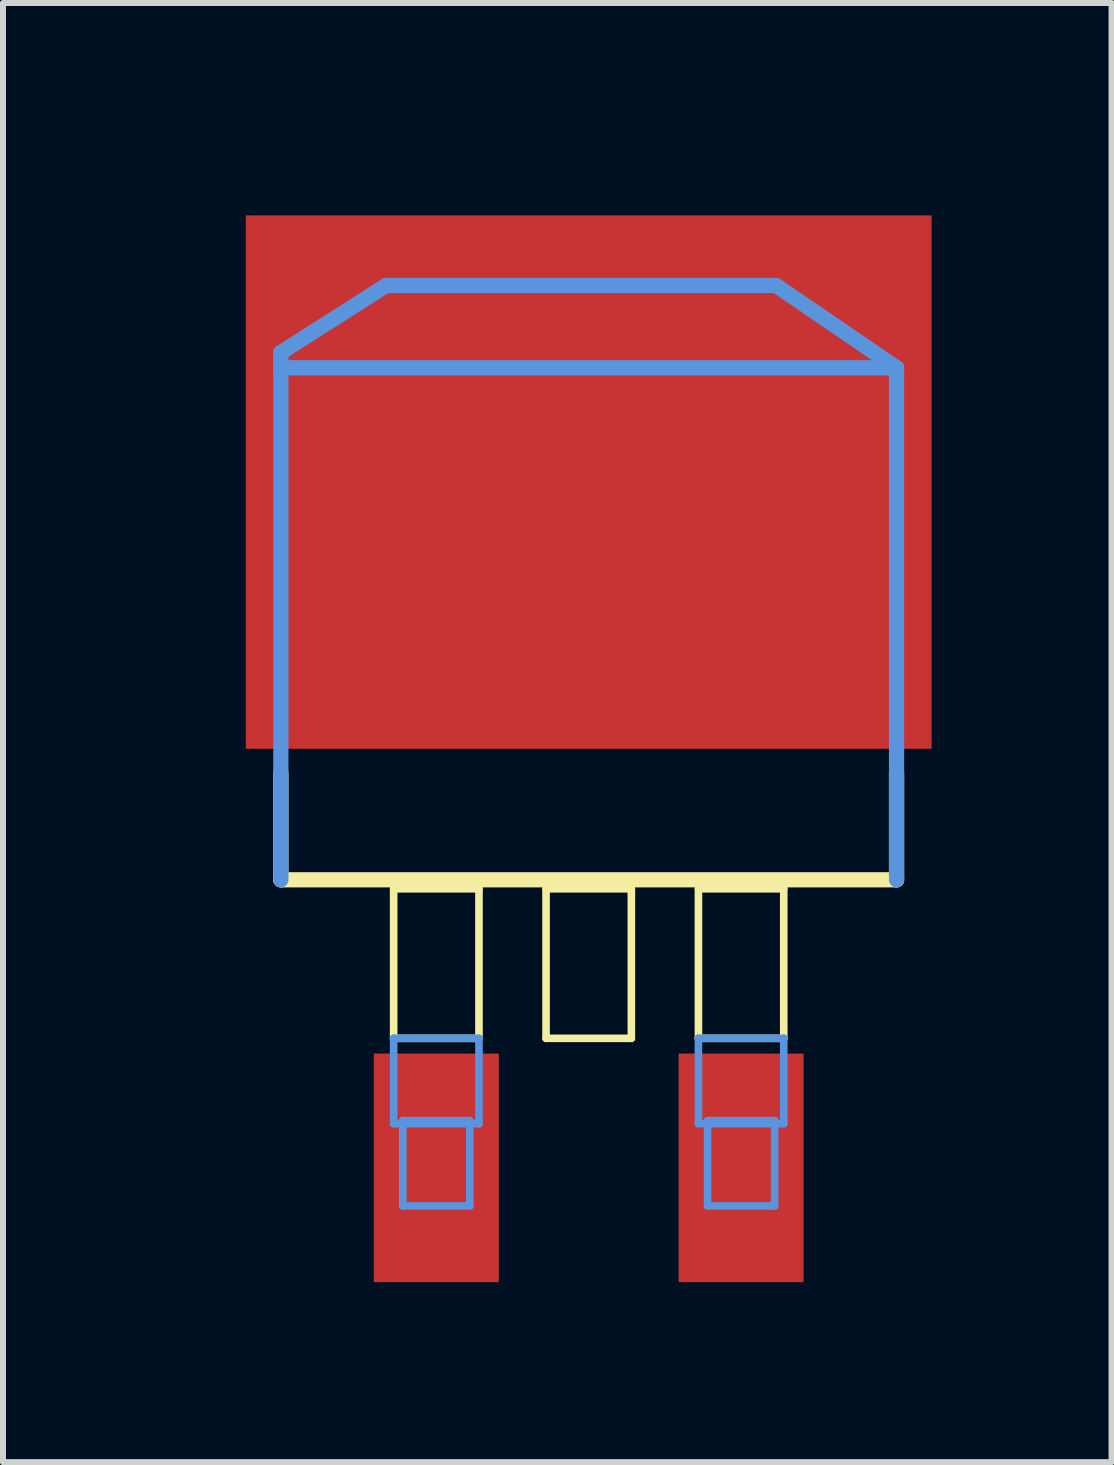
<source format=kicad_pcb>
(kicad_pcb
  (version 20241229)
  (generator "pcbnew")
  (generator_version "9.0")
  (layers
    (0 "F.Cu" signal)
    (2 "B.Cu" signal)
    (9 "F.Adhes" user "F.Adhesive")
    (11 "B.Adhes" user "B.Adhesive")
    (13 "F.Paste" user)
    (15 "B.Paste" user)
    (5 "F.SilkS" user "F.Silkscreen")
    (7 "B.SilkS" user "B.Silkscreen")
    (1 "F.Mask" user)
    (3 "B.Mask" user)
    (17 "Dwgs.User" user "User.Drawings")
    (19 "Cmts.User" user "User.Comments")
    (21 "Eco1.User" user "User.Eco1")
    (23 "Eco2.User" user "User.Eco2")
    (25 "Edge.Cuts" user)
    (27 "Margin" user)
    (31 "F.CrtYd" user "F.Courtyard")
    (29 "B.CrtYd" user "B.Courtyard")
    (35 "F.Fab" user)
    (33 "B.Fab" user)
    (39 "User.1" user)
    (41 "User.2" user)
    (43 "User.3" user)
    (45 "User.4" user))
  (footprint "D2PACK"
    (layer "F.Cu")
    (at 6.762 7.525)
    (property "Reference" "D2PACK" (at -3.048 -6.604 0) (layer "Eco1.User") (effects (font (size 1.27 1.27) (thickness 0.102))))
    (attr through_hole)
    (fp_line (start -5.131 4.089) (end -5.131 2.311) (stroke (width 0.254) (type solid)) (layer "F.SilkS"))
    (fp_line (start -5.131 4.089) (end 5.131 4.089) (stroke (width 0.254) (type solid)) (layer "F.SilkS"))
    (fp_line (start -3.251 4.239) (end -3.251 6.731) (stroke (width 0.127) (type solid)) (layer "F.SilkS"))
    (fp_line (start -3.251 6.731) (end -1.829 6.731) (stroke (width 0.127) (type solid)) (layer "F.SilkS"))
    (fp_line (start -1.829 4.239) (end -3.251 4.239) (stroke (width 0.127) (type solid)) (layer "F.SilkS"))
    (fp_line (start -1.829 6.731) (end -1.829 4.239) (stroke (width 0.127) (type solid)) (layer "F.SilkS"))
    (fp_line (start -0.711 4.239) (end -0.711 6.731) (stroke (width 0.127) (type solid)) (layer "F.SilkS"))
    (fp_line (start -0.711 6.731) (end 0.711 6.731) (stroke (width 0.127) (type solid)) (layer "F.SilkS"))
    (fp_line (start 0.711 4.239) (end -0.711 4.239) (stroke (width 0.127) (type solid)) (layer "F.SilkS"))
    (fp_line (start 0.711 6.731) (end 0.711 4.239) (stroke (width 0.127) (type solid)) (layer "F.SilkS"))
    (fp_line (start 1.829 4.239) (end 1.829 6.731) (stroke (width 0.127) (type solid)) (layer "F.SilkS"))
    (fp_line (start 1.829 6.731) (end 3.251 6.731) (stroke (width 0.127) (type solid)) (layer "F.SilkS"))
    (fp_line (start 3.251 4.239) (end 1.829 4.239) (stroke (width 0.127) (type solid)) (layer "F.SilkS"))
    (fp_line (start 3.251 6.731) (end 3.251 4.239) (stroke (width 0.127) (type solid)) (layer "F.SilkS"))
    (fp_line (start 5.131 4.089) (end 5.131 2.311) (stroke (width 0.254) (type solid)) (layer "F.SilkS"))
    (fp_line (start -5.131 -4.699) (end -5.131 -4.445) (stroke (width 0.254) (type solid)) (layer "Cmts.User"))
    (fp_line (start -5.131 -4.445) (end -5.131 4.089) (stroke (width 0.254) (type solid)) (layer "Cmts.User"))
    (fp_line (start -5.131 -4.445) (end 5.131 -4.445) (stroke (width 0.254) (type solid)) (layer "Cmts.User"))
    (fp_line (start -3.378 -5.817) (end -5.131 -4.699) (stroke (width 0.254) (type solid)) (layer "Cmts.User"))
    (fp_line (start -3.251 6.731) (end -3.251 8.153) (stroke (width 0.127) (type solid)) (layer "Cmts.User"))
    (fp_line (start -3.251 8.153) (end -1.829 8.153) (stroke (width 0.127) (type solid)) (layer "Cmts.User"))
    (fp_line (start -3.099 8.103) (end -3.099 9.525) (stroke (width 0.127) (type solid)) (layer "Cmts.User"))
    (fp_line (start -3.099 9.525) (end -1.981 9.525) (stroke (width 0.127) (type solid)) (layer "Cmts.User"))
    (fp_line (start -1.981 8.103) (end -3.099 8.103) (stroke (width 0.127) (type solid)) (layer "Cmts.User"))
    (fp_line (start -1.981 9.525) (end -1.981 8.103) (stroke (width 0.127) (type solid)) (layer "Cmts.User"))
    (fp_line (start -1.829 6.731) (end -3.251 6.731) (stroke (width 0.127) (type solid)) (layer "Cmts.User"))
    (fp_line (start -1.829 8.153) (end -1.829 6.731) (stroke (width 0.127) (type solid)) (layer "Cmts.User"))
    (fp_line (start 1.829 6.731) (end 1.829 8.153) (stroke (width 0.127) (type solid)) (layer "Cmts.User"))
    (fp_line (start 1.829 8.153) (end 3.251 8.153) (stroke (width 0.127) (type solid)) (layer "Cmts.User"))
    (fp_line (start 1.981 8.103) (end 1.981 9.525) (stroke (width 0.127) (type solid)) (layer "Cmts.User"))
    (fp_line (start 1.981 9.525) (end 3.099 9.525) (stroke (width 0.127) (type solid)) (layer "Cmts.User"))
    (fp_line (start 3.099 8.103) (end 1.981 8.103) (stroke (width 0.127) (type solid)) (layer "Cmts.User"))
    (fp_line (start 3.099 9.525) (end 3.099 8.103) (stroke (width 0.127) (type solid)) (layer "Cmts.User"))
    (fp_line (start 3.124 -5.817) (end -3.378 -5.817) (stroke (width 0.254) (type solid)) (layer "Cmts.User"))
    (fp_line (start 3.251 6.731) (end 1.829 6.731) (stroke (width 0.127) (type solid)) (layer "Cmts.User"))
    (fp_line (start 3.251 8.153) (end 3.251 6.731) (stroke (width 0.127) (type solid)) (layer "Cmts.User"))
    (fp_line (start 5.131 -4.445) (end 3.124 -5.817) (stroke (width 0.254) (type solid)) (layer "Cmts.User"))
    (fp_line (start 5.131 4.089) (end 5.131 -4.445) (stroke (width 0.254) (type solid)) (layer "Cmts.User"))
    (pad "D" smd rect (at 2.54 8.89) (size 2.083 3.81) (layers "F.Cu" "F.Mask" "F.Paste"))
    (pad "G" smd rect (at -2.54 8.89) (size 2.083 3.81) (layers "F.Cu" "F.Mask" "F.Paste"))
    (pad "S" smd rect (at 0 -2.54) (size 11.43 8.89) (layers "F.Cu" "F.Mask" "F.Paste")))
  (gr_rect
    (start -3 -3)
    (end 15.477 21.32)
    (stroke (width 0.1) (type default))
    (fill no)
    (layer "Edge.Cuts")))
</source>
